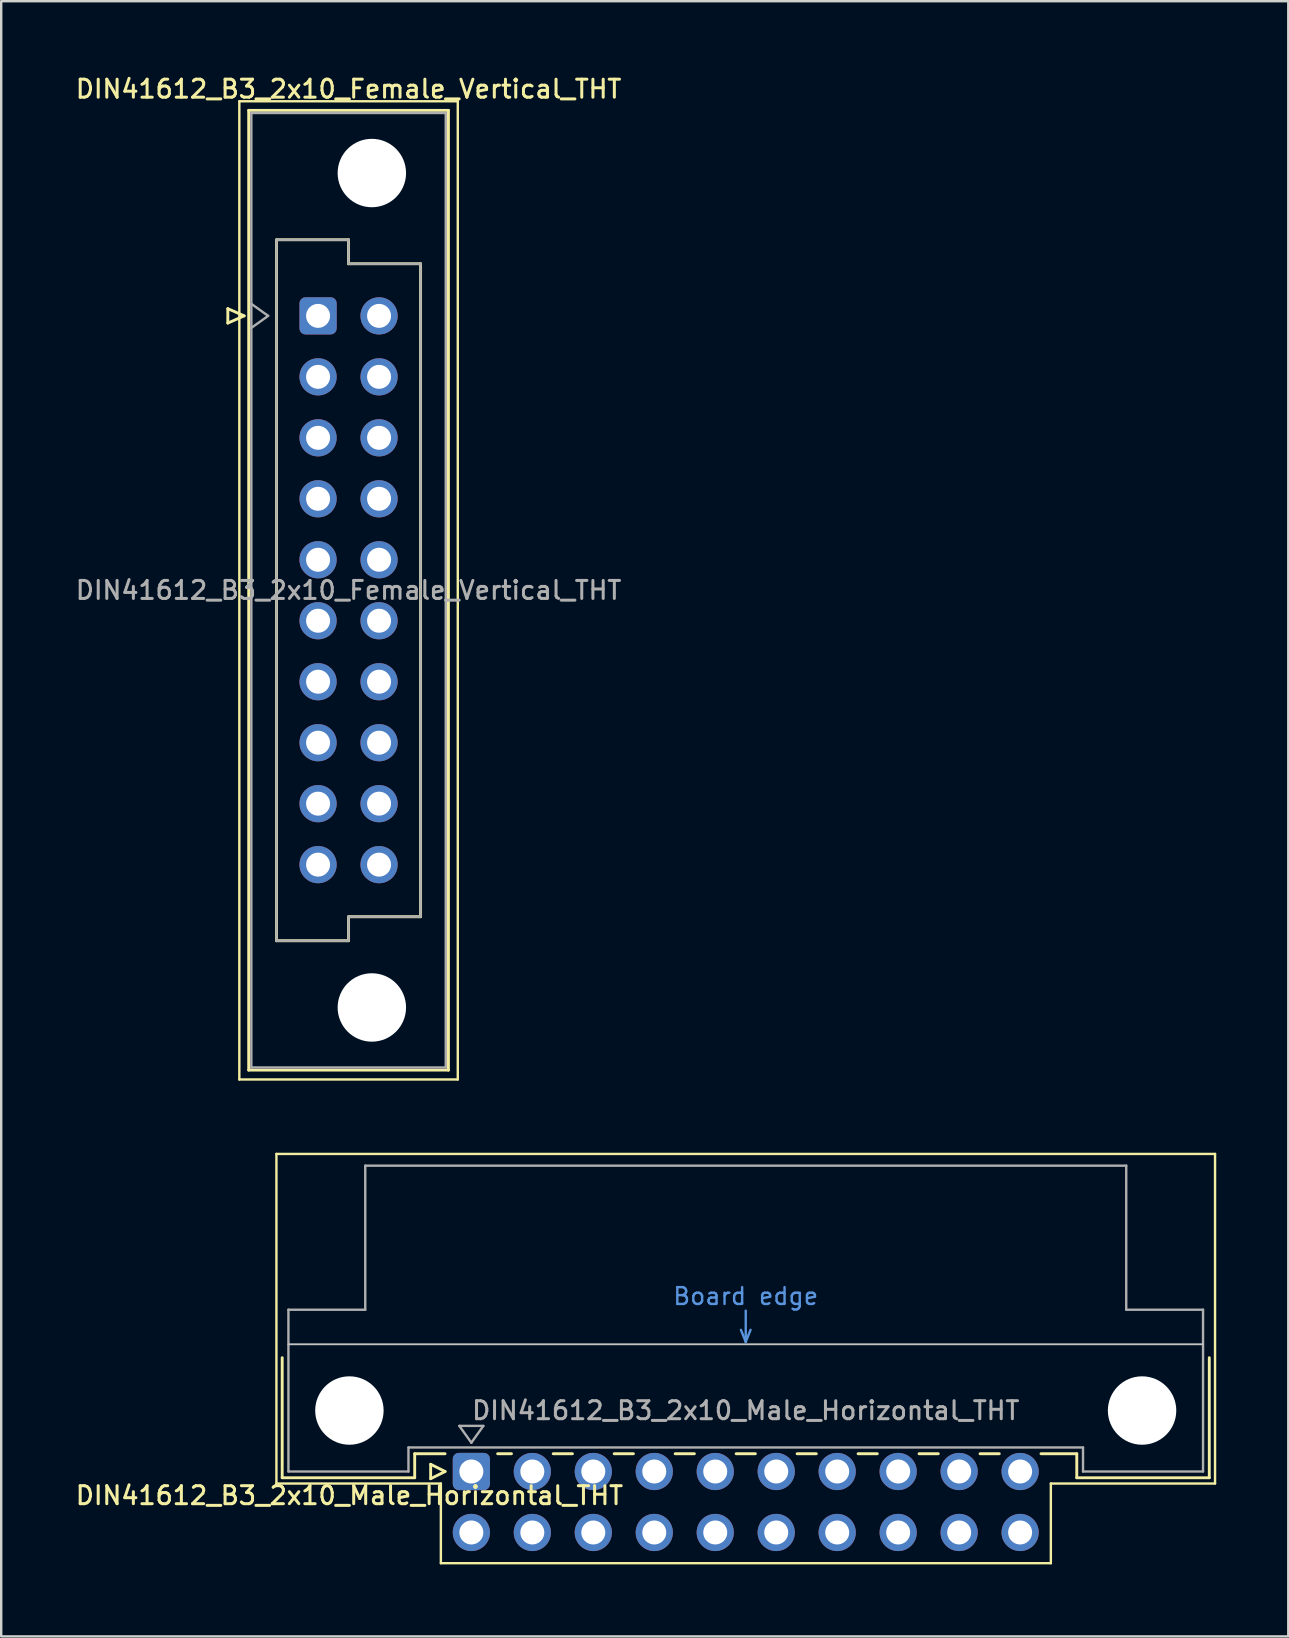
<source format=kicad_pcb>
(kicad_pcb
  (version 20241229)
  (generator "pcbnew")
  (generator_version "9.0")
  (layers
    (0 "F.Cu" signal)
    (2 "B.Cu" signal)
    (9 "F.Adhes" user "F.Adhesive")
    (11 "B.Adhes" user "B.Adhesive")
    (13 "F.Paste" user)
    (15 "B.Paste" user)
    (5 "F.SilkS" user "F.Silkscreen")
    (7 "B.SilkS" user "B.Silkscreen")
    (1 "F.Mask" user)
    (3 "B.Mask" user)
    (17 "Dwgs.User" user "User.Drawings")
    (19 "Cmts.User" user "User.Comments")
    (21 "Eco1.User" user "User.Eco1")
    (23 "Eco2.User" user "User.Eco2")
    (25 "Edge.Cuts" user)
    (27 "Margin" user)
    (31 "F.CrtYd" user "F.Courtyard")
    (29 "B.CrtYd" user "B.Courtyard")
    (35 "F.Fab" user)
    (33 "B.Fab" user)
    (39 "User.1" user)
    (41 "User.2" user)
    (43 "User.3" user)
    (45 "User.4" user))
  (footprint "DIN41612_B3_2x10_Male_Horizontal_THT"
    (layer "F.Cu")
    (at 16.585 58.248)
    (property "Reference" "DIN41612_B3_2x10_Male_Horizontal_THT" (at -5.08 1 0) (layer "F.SilkS") (effects (font (size 0.75 0.75) (thickness 0.125))))
    (attr through_hole)
    (fp_line (start -8.12 -13.23) (end -8.12 0.5) (stroke (width 0.1) (type solid)) (layer "F.SilkS"))
    (fp_line (start -8.12 0.5) (end -1.27 0.5) (stroke (width 0.1) (type solid)) (layer "F.SilkS"))
    (fp_line (start -7.88 -4.74) (end -7.88 0.26) (stroke (width 0.12) (type solid)) (layer "F.SilkS"))
    (fp_line (start -7.88 0.26) (end -2.36 0.26) (stroke (width 0.12) (type solid)) (layer "F.SilkS"))
    (fp_line (start -2.361 -0.74) (end -1.095 -0.74) (stroke (width 0.12) (type solid)) (layer "F.SilkS"))
    (fp_line (start -2.36 0.26) (end -2.36 -0.74) (stroke (width 0.12) (type solid)) (layer "F.SilkS"))
    (fp_line (start -1.695 -0.3) (end -1.695 0.3) (stroke (width 0.12) (type solid)) (layer "F.SilkS"))
    (fp_line (start -1.695 0.3) (end -1.095 0) (stroke (width 0.12) (type solid)) (layer "F.SilkS"))
    (fp_line (start -1.27 0.5) (end -1.27 3.82) (stroke (width 0.1) (type solid)) (layer "F.SilkS"))
    (fp_line (start -1.27 3.82) (end 24.14 3.82) (stroke (width 0.1) (type solid)) (layer "F.SilkS"))
    (fp_line (start -1.095 0) (end -1.695 -0.3) (stroke (width 0.12) (type solid)) (layer "F.SilkS"))
    (fp_line (start 1.095 -0.74) (end 1.671 -0.74) (stroke (width 0.12) (type solid)) (layer "F.SilkS"))
    (fp_line (start 3.41 -0.74) (end 4.211 -0.74) (stroke (width 0.12) (type solid)) (layer "F.SilkS"))
    (fp_line (start 5.95 -0.74) (end 6.751 -0.74) (stroke (width 0.12) (type solid)) (layer "F.SilkS"))
    (fp_line (start 8.49 -0.74) (end 9.291 -0.74) (stroke (width 0.12) (type solid)) (layer "F.SilkS"))
    (fp_line (start 11.03 -0.74) (end 11.831 -0.74) (stroke (width 0.12) (type solid)) (layer "F.SilkS"))
    (fp_line (start 13.57 -0.74) (end 14.371 -0.74) (stroke (width 0.12) (type solid)) (layer "F.SilkS"))
    (fp_line (start 16.11 -0.74) (end 16.911 -0.74) (stroke (width 0.12) (type solid)) (layer "F.SilkS"))
    (fp_line (start 18.65 -0.74) (end 19.451 -0.74) (stroke (width 0.12) (type solid)) (layer "F.SilkS"))
    (fp_line (start 21.19 -0.74) (end 21.991 -0.74) (stroke (width 0.12) (type solid)) (layer "F.SilkS"))
    (fp_line (start 23.73 -0.74) (end 25.22 -0.74) (stroke (width 0.12) (type solid)) (layer "F.SilkS"))
    (fp_line (start 24.14 0.5) (end 30.98 0.5) (stroke (width 0.1) (type solid)) (layer "F.SilkS"))
    (fp_line (start 24.14 3.82) (end 24.14 0.5) (stroke (width 0.1) (type solid)) (layer "F.SilkS"))
    (fp_line (start 25.22 0.26) (end 25.22 -0.74) (stroke (width 0.12) (type solid)) (layer "F.SilkS"))
    (fp_line (start 30.74 -4.74) (end 30.74 0.26) (stroke (width 0.12) (type solid)) (layer "F.SilkS"))
    (fp_line (start 30.74 0.26) (end 25.22 0.26) (stroke (width 0.12) (type solid)) (layer "F.SilkS"))
    (fp_line (start 30.98 -13.23) (end -8.12 -13.23) (stroke (width 0.1) (type solid)) (layer "F.SilkS"))
    (fp_line (start 30.98 0.5) (end 30.98 -13.23) (stroke (width 0.1) (type solid)) (layer "F.SilkS"))
    (fp_line (start -7.62 -5.3) (end 30.48 -5.3) (stroke (width 0.08) (type solid)) (layer "Dwgs.User"))
    (fp_line (start 11.23 -5.9) (end 11.43 -5.4) (stroke (width 0.1) (type solid)) (layer "Cmts.User"))
    (fp_line (start 11.43 -5.4) (end 11.43 -6.7) (stroke (width 0.1) (type solid)) (layer "Cmts.User"))
    (fp_line (start 11.43 -5.4) (end 11.63 -5.9) (stroke (width 0.1) (type solid)) (layer "Cmts.User"))
    (fp_line (start -7.62 -6.74) (end -7.62 0) (stroke (width 0.1) (type solid)) (layer "F.Fab"))
    (fp_line (start -7.62 0) (end -2.62 0) (stroke (width 0.1) (type solid)) (layer "F.Fab"))
    (fp_line (start -4.42 -12.74) (end -4.42 -6.74) (stroke (width 0.1) (type solid)) (layer "F.Fab"))
    (fp_line (start -4.42 -6.74) (end -7.62 -6.74) (stroke (width 0.1) (type solid)) (layer "F.Fab"))
    (fp_line (start -2.62 -1) (end 25.48 -1) (stroke (width 0.1) (type solid)) (layer "F.Fab"))
    (fp_line (start -2.62 0) (end -2.62 -1) (stroke (width 0.1) (type solid)) (layer "F.Fab"))
    (fp_line (start -0.5 -1.9) (end 0.5 -1.9) (stroke (width 0.1) (type solid)) (layer "F.Fab"))
    (fp_line (start 0 -1.2) (end -0.5 -1.9) (stroke (width 0.1) (type solid)) (layer "F.Fab"))
    (fp_line (start 0.5 -1.9) (end 0 -1.2) (stroke (width 0.1) (type solid)) (layer "F.Fab"))
    (fp_line (start 25.48 -1) (end 25.48 0) (stroke (width 0.1) (type solid)) (layer "F.Fab"))
    (fp_line (start 25.48 0) (end 30.48 0) (stroke (width 0.1) (type solid)) (layer "F.Fab"))
    (fp_line (start 27.28 -12.74) (end -4.42 -12.74) (stroke (width 0.1) (type solid)) (layer "F.Fab"))
    (fp_line (start 27.28 -6.74) (end 27.28 -12.74) (stroke (width 0.1) (type solid)) (layer "F.Fab"))
    (fp_line (start 30.48 -6.74) (end 27.28 -6.74) (stroke (width 0.1) (type solid)) (layer "F.Fab"))
    (fp_line (start 30.48 0) (end 30.48 -6.74) (stroke (width 0.1) (type solid)) (layer "F.Fab"))
    (fp_text user "Board edge" (at 11.43 -7.3 0) (layer "Cmts.User") (effects (font (size 0.7 0.7) (thickness 0.1))))
    (fp_text user "${REFERENCE}" (at 11.43 -2.54 0) (layer "F.Fab") (effects (font (size 0.75 0.75) (thickness 0.125))))
    (pad "" np_thru_hole circle (at -5.08 -2.54) (size 2.85 2.85) (drill 2.85) (layers "*.Cu" "*.Mask"))
    (pad "" np_thru_hole circle (at 27.94 -2.54) (size 2.85 2.85) (drill 2.85) (layers "*.Cu" "*.Mask"))
    (pad "a1" thru_hole roundrect (at 0 0) (size 1.55 1.55) (drill 1) (layers "*.Cu" "*.Mask") (roundrect_rratio 0.161))
    (pad "a2" thru_hole circle (at 2.54 0) (size 1.55 1.55) (drill 1) (layers "*.Cu" "*.Mask"))
    (pad "a3" thru_hole circle (at 5.08 0) (size 1.55 1.55) (drill 1) (layers "*.Cu" "*.Mask"))
    (pad "a4" thru_hole circle (at 7.62 0) (size 1.55 1.55) (drill 1) (layers "*.Cu" "*.Mask"))
    (pad "a5" thru_hole circle (at 10.16 0) (size 1.55 1.55) (drill 1) (layers "*.Cu" "*.Mask"))
    (pad "a6" thru_hole circle (at 12.7 0) (size 1.55 1.55) (drill 1) (layers "*.Cu" "*.Mask"))
    (pad "a7" thru_hole circle (at 15.24 0) (size 1.55 1.55) (drill 1) (layers "*.Cu" "*.Mask"))
    (pad "a8" thru_hole circle (at 17.78 0) (size 1.55 1.55) (drill 1) (layers "*.Cu" "*.Mask"))
    (pad "a9" thru_hole circle (at 20.32 0) (size 1.55 1.55) (drill 1) (layers "*.Cu" "*.Mask"))
    (pad "a10" thru_hole circle (at 22.86 0) (size 1.55 1.55) (drill 1) (layers "*.Cu" "*.Mask"))
    (pad "b1" thru_hole circle (at 0 2.54) (size 1.55 1.55) (drill 1) (layers "*.Cu" "*.Mask"))
    (pad "b2" thru_hole circle (at 2.54 2.54) (size 1.55 1.55) (drill 1) (layers "*.Cu" "*.Mask"))
    (pad "b3" thru_hole circle (at 5.08 2.54) (size 1.55 1.55) (drill 1) (layers "*.Cu" "*.Mask"))
    (pad "b4" thru_hole circle (at 7.62 2.54) (size 1.55 1.55) (drill 1) (layers "*.Cu" "*.Mask"))
    (pad "b5" thru_hole circle (at 10.16 2.54) (size 1.55 1.55) (drill 1) (layers "*.Cu" "*.Mask"))
    (pad "b6" thru_hole circle (at 12.7 2.54) (size 1.55 1.55) (drill 1) (layers "*.Cu" "*.Mask"))
    (pad "b7" thru_hole circle (at 15.24 2.54) (size 1.55 1.55) (drill 1) (layers "*.Cu" "*.Mask"))
    (pad "b8" thru_hole circle (at 17.78 2.54) (size 1.55 1.55) (drill 1) (layers "*.Cu" "*.Mask"))
    (pad "b9" thru_hole circle (at 20.32 2.54) (size 1.55 1.55) (drill 1) (layers "*.Cu" "*.Mask"))
    (pad "b10" thru_hole circle (at 22.86 2.54) (size 1.55 1.55) (drill 1) (layers "*.Cu" "*.Mask")))
  (footprint "DIN41612_B3_2x10_Female_Vertical_THT"
    (layer "F.Cu")
    (at 10.2 10.108)
    (property "Reference" "DIN41612_B3_2x10_Female_Vertical_THT" (at 1.27 -9.45 0) (layer "F.SilkS") (effects (font (size 0.75 0.75) (thickness 0.125))))
    (attr through_hole)
    (fp_line (start -3.76 -0.3) (end -3.76 0.3) (stroke (width 0.12) (type solid)) (layer "F.SilkS"))
    (fp_line (start -3.76 0.3) (end -3.08 0) (stroke (width 0.12) (type solid)) (layer "F.SilkS"))
    (fp_line (start -3.28 -8.94) (end 5.82 -8.94) (stroke (width 0.1) (type solid)) (layer "F.SilkS"))
    (fp_line (start -3.28 31.81) (end -3.28 -8.94) (stroke (width 0.1) (type solid)) (layer "F.SilkS"))
    (fp_line (start -3.08 0) (end -3.76 -0.3) (stroke (width 0.12) (type solid)) (layer "F.SilkS"))
    (fp_line (start -2.89 -8.56) (end 5.43 -8.56) (stroke (width 0.12) (type solid)) (layer "F.SilkS"))
    (fp_line (start -2.89 31.42) (end -2.89 -8.56) (stroke (width 0.12) (type solid)) (layer "F.SilkS"))
    (fp_line (start -1.73 -3.17) (end 1.27 -3.17) (stroke (width 0.12) (type solid)) (layer "F.SilkS"))
    (fp_line (start -1.73 26.03) (end -1.73 -3.17) (stroke (width 0.12) (type solid)) (layer "F.SilkS"))
    (fp_line (start 1.27 -3.17) (end 1.27 -2.17) (stroke (width 0.12) (type solid)) (layer "F.SilkS"))
    (fp_line (start 1.27 -2.17) (end 4.27 -2.17) (stroke (width 0.12) (type solid)) (layer "F.SilkS"))
    (fp_line (start 1.27 25.03) (end 1.27 26.03) (stroke (width 0.12) (type solid)) (layer "F.SilkS"))
    (fp_line (start 1.27 26.03) (end -1.73 26.03) (stroke (width 0.12) (type solid)) (layer "F.SilkS"))
    (fp_line (start 4.27 -2.17) (end 4.27 25.03) (stroke (width 0.12) (type solid)) (layer "F.SilkS"))
    (fp_line (start 4.27 25.03) (end 1.27 25.03) (stroke (width 0.12) (type solid)) (layer "F.SilkS"))
    (fp_line (start 5.43 -8.56) (end 5.43 31.42) (stroke (width 0.12) (type solid)) (layer "F.SilkS"))
    (fp_line (start 5.43 31.42) (end -2.89 31.42) (stroke (width 0.12) (type solid)) (layer "F.SilkS"))
    (fp_line (start 5.82 -8.94) (end 5.82 31.81) (stroke (width 0.1) (type solid)) (layer "F.SilkS"))
    (fp_line (start 5.82 31.81) (end -3.28 31.81) (stroke (width 0.1) (type solid)) (layer "F.SilkS"))
    (fp_line (start -2.78 -8.45) (end 5.32 -8.45) (stroke (width 0.1) (type solid)) (layer "F.Fab"))
    (fp_line (start -2.78 -0.5) (end -2.08 0) (stroke (width 0.1) (type solid)) (layer "F.Fab"))
    (fp_line (start -2.78 31.31) (end -2.78 -8.45) (stroke (width 0.1) (type solid)) (layer "F.Fab"))
    (fp_line (start -2.08 0) (end -2.78 0.5) (stroke (width 0.1) (type solid)) (layer "F.Fab"))
    (fp_line (start -1.73 -3.17) (end 1.27 -3.17) (stroke (width 0.1) (type solid)) (layer "F.Fab"))
    (fp_line (start -1.73 26.03) (end -1.73 -3.17) (stroke (width 0.1) (type solid)) (layer "F.Fab"))
    (fp_line (start 1.27 -3.17) (end 1.27 -2.17) (stroke (width 0.1) (type solid)) (layer "F.Fab"))
    (fp_line (start 1.27 -2.17) (end 4.27 -2.17) (stroke (width 0.1) (type solid)) (layer "F.Fab"))
    (fp_line (start 1.27 25.03) (end 1.27 26.03) (stroke (width 0.1) (type solid)) (layer "F.Fab"))
    (fp_line (start 1.27 26.03) (end -1.73 26.03) (stroke (width 0.1) (type solid)) (layer "F.Fab"))
    (fp_line (start 4.27 -2.17) (end 4.27 25.03) (stroke (width 0.1) (type solid)) (layer "F.Fab"))
    (fp_line (start 4.27 25.03) (end 1.27 25.03) (stroke (width 0.1) (type solid)) (layer "F.Fab"))
    (fp_line (start 5.32 -8.45) (end 5.32 31.31) (stroke (width 0.1) (type solid)) (layer "F.Fab"))
    (fp_line (start 5.32 31.31) (end -2.78 31.31) (stroke (width 0.1) (type solid)) (layer "F.Fab"))
    (fp_text user "${REFERENCE}" (at 1.27 11.43 0) (layer "F.Fab") (effects (font (size 0.75 0.75) (thickness 0.125))))
    (pad "" np_thru_hole circle (at 2.24 -5.95) (size 2.85 2.85) (drill 2.85) (layers "*.Cu" "*.Mask"))
    (pad "" np_thru_hole circle (at 2.24 28.81) (size 2.85 2.85) (drill 2.85) (layers "*.Cu" "*.Mask"))
    (pad "a1" thru_hole roundrect (at 0 0) (size 1.55 1.55) (drill 1) (layers "*.Cu" "*.Mask") (roundrect_rratio 0.161))
    (pad "a2" thru_hole circle (at 0 2.54) (size 1.55 1.55) (drill 1) (layers "*.Cu" "*.Mask"))
    (pad "a3" thru_hole circle (at 0 5.08) (size 1.55 1.55) (drill 1) (layers "*.Cu" "*.Mask"))
    (pad "a4" thru_hole circle (at 0 7.62) (size 1.55 1.55) (drill 1) (layers "*.Cu" "*.Mask"))
    (pad "a5" thru_hole circle (at 0 10.16) (size 1.55 1.55) (drill 1) (layers "*.Cu" "*.Mask"))
    (pad "a6" thru_hole circle (at 0 12.7) (size 1.55 1.55) (drill 1) (layers "*.Cu" "*.Mask"))
    (pad "a7" thru_hole circle (at 0 15.24) (size 1.55 1.55) (drill 1) (layers "*.Cu" "*.Mask"))
    (pad "a8" thru_hole circle (at 0 17.78) (size 1.55 1.55) (drill 1) (layers "*.Cu" "*.Mask"))
    (pad "a9" thru_hole circle (at 0 20.32) (size 1.55 1.55) (drill 1) (layers "*.Cu" "*.Mask"))
    (pad "a10" thru_hole circle (at 0 22.86) (size 1.55 1.55) (drill 1) (layers "*.Cu" "*.Mask"))
    (pad "b1" thru_hole circle (at 2.54 0) (size 1.55 1.55) (drill 1) (layers "*.Cu" "*.Mask"))
    (pad "b2" thru_hole circle (at 2.54 2.54) (size 1.55 1.55) (drill 1) (layers "*.Cu" "*.Mask"))
    (pad "b3" thru_hole circle (at 2.54 5.08) (size 1.55 1.55) (drill 1) (layers "*.Cu" "*.Mask"))
    (pad "b4" thru_hole circle (at 2.54 7.62) (size 1.55 1.55) (drill 1) (layers "*.Cu" "*.Mask"))
    (pad "b5" thru_hole circle (at 2.54 10.16) (size 1.55 1.55) (drill 1) (layers "*.Cu" "*.Mask"))
    (pad "b6" thru_hole circle (at 2.54 12.7) (size 1.55 1.55) (drill 1) (layers "*.Cu" "*.Mask"))
    (pad "b7" thru_hole circle (at 2.54 15.24) (size 1.55 1.55) (drill 1) (layers "*.Cu" "*.Mask"))
    (pad "b8" thru_hole circle (at 2.54 17.78) (size 1.55 1.55) (drill 1) (layers "*.Cu" "*.Mask"))
    (pad "b9" thru_hole circle (at 2.54 20.32) (size 1.55 1.55) (drill 1) (layers "*.Cu" "*.Mask"))
    (pad "b10" thru_hole circle (at 2.54 22.86) (size 1.55 1.55) (drill 1) (layers "*.Cu" "*.Mask")))
  (gr_rect
    (start -3 -3)
    (end 50.615 65.118)
    (stroke (width 0.1) (type default))
    (fill no)
    (layer "Edge.Cuts")))
</source>
